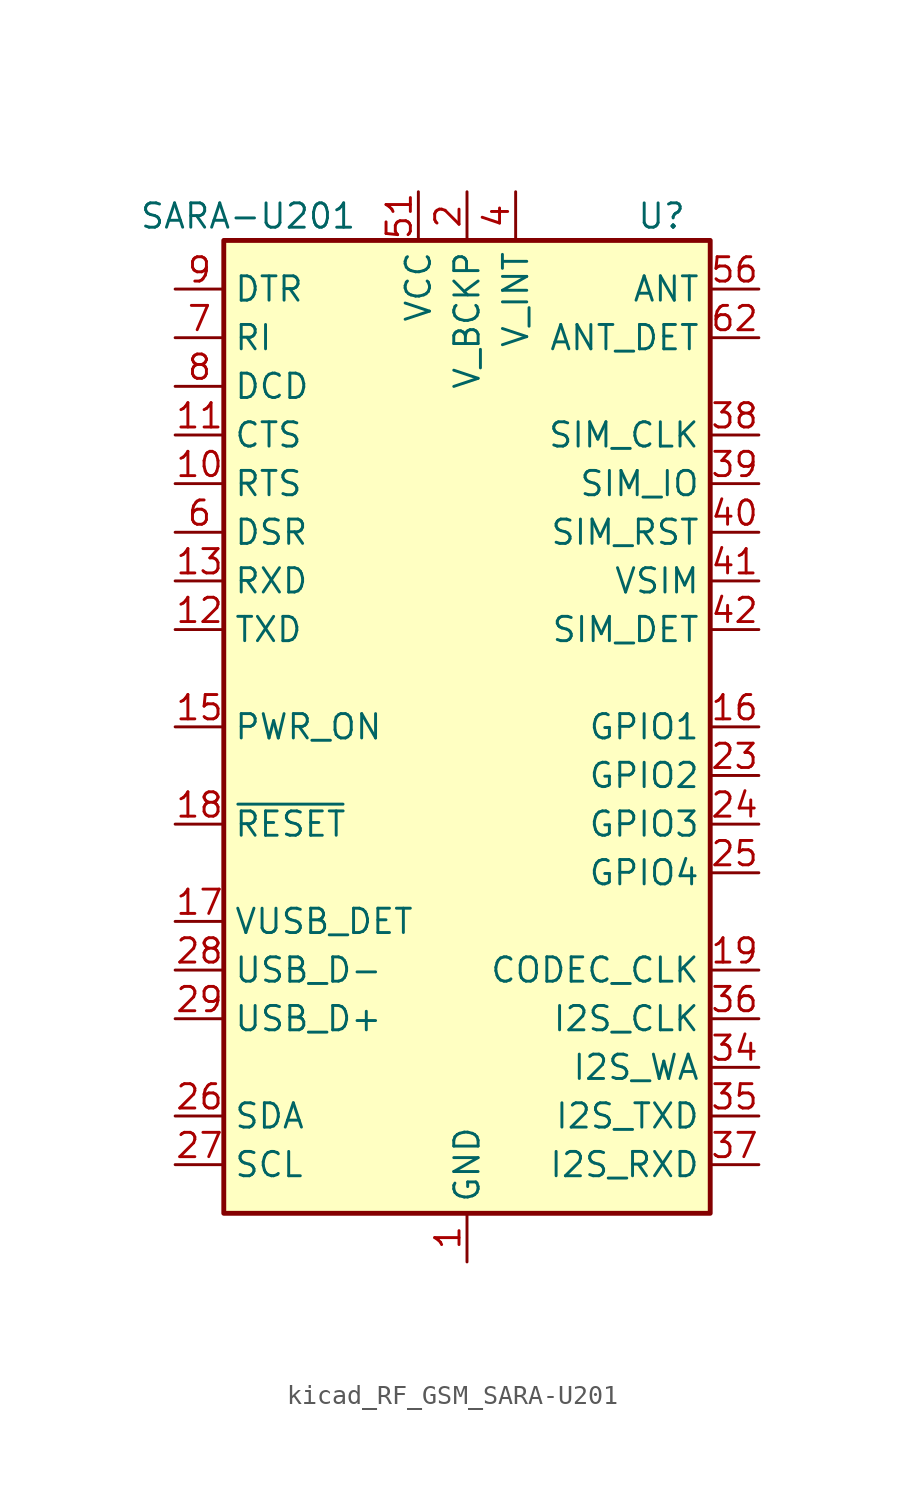
<source format=kicad_sym>
(kicad_symbol_lib
  (version 20220914)
  (generator kicad_symbol_editor)
  (symbol "kicad_RF_GSM_SARA-U201"
    (property "Reference" "U"
      (at 10.16 26.67 0)
      (effects (font (size 1.27 1.27))))
    (property "Value" "SARA-U201"
      (at -11.43 26.67 0)
      (effects (font (size 1.27 1.27))))
    (symbol "kicad_RF_GSM_SARA-U201_0_1"
      (rectangle (start -12.7 25.4) (end 12.7 -25.4) (stroke (width 0.254) (type default)) (fill (type background))))
    (symbol "kicad_RF_GSM_SARA-U201_1_1"
      (pin power_in line (at 0 -27.94 90) (length 2.54) (name "GND" (effects (font (size 1.27 1.27)))) (number "1" (effects (font (size 1.27 1.27)))))
      (pin input line (at -15.24 12.7 0) (length 2.54) (name "RTS" (effects (font (size 1.27 1.27)))) (number "10" (effects (font (size 1.27 1.27)))))
      (pin output line (at -15.24 15.24 0) (length 2.54) (name "CTS" (effects (font (size 1.27 1.27)))) (number "11" (effects (font (size 1.27 1.27)))))
      (pin input line (at -15.24 5.08 0) (length 2.54) (name "TXD" (effects (font (size 1.27 1.27)))) (number "12" (effects (font (size 1.27 1.27)))))
      (pin output line (at -15.24 7.62 0) (length 2.54) (name "RXD" (effects (font (size 1.27 1.27)))) (number "13" (effects (font (size 1.27 1.27)))))
      (pin passive line (at 0 -27.94 90) (length 2.54) hide (name "GND" (effects (font (size 1.27 1.27)))) (number "14" (effects (font (size 1.27 1.27)))))
      (pin input line (at -15.24 0 0) (length 2.54) (name "PWR_ON" (effects (font (size 1.27 1.27)))) (number "15" (effects (font (size 1.27 1.27)))))
      (pin bidirectional line (at 15.24 0 180) (length 2.54) (name "GPIO1" (effects (font (size 1.27 1.27)))) (number "16" (effects (font (size 1.27 1.27)))))
      (pin input line (at -15.24 -10.16 0) (length 2.54) (name "VUSB_DET" (effects (font (size 1.27 1.27)))) (number "17" (effects (font (size 1.27 1.27)))))
      (pin input line (at -15.24 -5.08 0) (length 2.54) (name "~{RESET}" (effects (font (size 1.27 1.27)))) (number "18" (effects (font (size 1.27 1.27)))))
      (pin output line (at 15.24 -12.7 180) (length 2.54) (name "CODEC_CLK" (effects (font (size 1.27 1.27)))) (number "19" (effects (font (size 1.27 1.27)))))
      (pin power_out line (at 0 27.94 270) (length 2.54) (name "V_BCKP" (effects (font (size 1.27 1.27)))) (number "2" (effects (font (size 1.27 1.27)))))
      (pin passive line (at 0 -27.94 90) (length 2.54) hide (name "GND" (effects (font (size 1.27 1.27)))) (number "20" (effects (font (size 1.27 1.27)))))
      (pin passive line (at 0 -27.94 90) (length 2.54) hide (name "GND" (effects (font (size 1.27 1.27)))) (number "21" (effects (font (size 1.27 1.27)))))
      (pin passive line (at 0 -27.94 90) (length 2.54) hide (name "GND" (effects (font (size 1.27 1.27)))) (number "22" (effects (font (size 1.27 1.27)))))
      (pin bidirectional line (at 15.24 -2.54 180) (length 2.54) (name "GPIO2" (effects (font (size 1.27 1.27)))) (number "23" (effects (font (size 1.27 1.27)))))
      (pin bidirectional line (at 15.24 -5.08 180) (length 2.54) (name "GPIO3" (effects (font (size 1.27 1.27)))) (number "24" (effects (font (size 1.27 1.27)))))
      (pin bidirectional line (at 15.24 -7.62 180) (length 2.54) (name "GPIO4" (effects (font (size 1.27 1.27)))) (number "25" (effects (font (size 1.27 1.27)))))
      (pin bidirectional line (at -15.24 -20.32 0) (length 2.54) (name "SDA" (effects (font (size 1.27 1.27)))) (number "26" (effects (font (size 1.27 1.27)))))
      (pin output line (at -15.24 -22.86 0) (length 2.54) (name "SCL" (effects (font (size 1.27 1.27)))) (number "27" (effects (font (size 1.27 1.27)))))
      (pin bidirectional line (at -15.24 -12.7 0) (length 2.54) (name "USB_D-" (effects (font (size 1.27 1.27)))) (number "28" (effects (font (size 1.27 1.27)))))
      (pin bidirectional line (at -15.24 -15.24 0) (length 2.54) (name "USB_D+" (effects (font (size 1.27 1.27)))) (number "29" (effects (font (size 1.27 1.27)))))
      (pin passive line (at 0 -27.94 90) (length 2.54) hide (name "GND" (effects (font (size 1.27 1.27)))) (number "3" (effects (font (size 1.27 1.27)))))
      (pin passive line (at 0 -27.94 90) (length 2.54) hide (name "GND" (effects (font (size 1.27 1.27)))) (number "30" (effects (font (size 1.27 1.27)))))
      (pin no_connect line (at -12.7 2.54 0) (length 2.54) hide (name "RSVD" (effects (font (size 1.27 1.27)))) (number "31" (effects (font (size 1.27 1.27)))))
      (pin passive line (at 0 -27.94 90) (length 2.54) hide (name "GND" (effects (font (size 1.27 1.27)))) (number "32" (effects (font (size 1.27 1.27)))))
      (pin no_connect line (at -12.7 -2.54 0) (length 2.54) hide (name "RSVD" (effects (font (size 1.27 1.27)))) (number "33" (effects (font (size 1.27 1.27)))))
      (pin bidirectional line (at 15.24 -17.78 180) (length 2.54) (name "I2S_WA" (effects (font (size 1.27 1.27)))) (number "34" (effects (font (size 1.27 1.27)))))
      (pin output line (at 15.24 -20.32 180) (length 2.54) (name "I2S_TXD" (effects (font (size 1.27 1.27)))) (number "35" (effects (font (size 1.27 1.27)))))
      (pin output line (at 15.24 -15.24 180) (length 2.54) (name "I2S_CLK" (effects (font (size 1.27 1.27)))) (number "36" (effects (font (size 1.27 1.27)))))
      (pin input line (at 15.24 -22.86 180) (length 2.54) (name "I2S_RXD" (effects (font (size 1.27 1.27)))) (number "37" (effects (font (size 1.27 1.27)))))
      (pin output line (at 15.24 15.24 180) (length 2.54) (name "SIM_CLK" (effects (font (size 1.27 1.27)))) (number "38" (effects (font (size 1.27 1.27)))))
      (pin bidirectional line (at 15.24 12.7 180) (length 2.54) (name "SIM_IO" (effects (font (size 1.27 1.27)))) (number "39" (effects (font (size 1.27 1.27)))))
      (pin power_out line (at 2.54 27.94 270) (length 2.54) (name "V_INT" (effects (font (size 1.27 1.27)))) (number "4" (effects (font (size 1.27 1.27)))))
      (pin output line (at 15.24 10.16 180) (length 2.54) (name "SIM_RST" (effects (font (size 1.27 1.27)))) (number "40" (effects (font (size 1.27 1.27)))))
      (pin power_out line (at 15.24 7.62 180) (length 2.54) (name "VSIM" (effects (font (size 1.27 1.27)))) (number "41" (effects (font (size 1.27 1.27)))))
      (pin input line (at 15.24 5.08 180) (length 2.54) (name "SIM_DET" (effects (font (size 1.27 1.27)))) (number "42" (effects (font (size 1.27 1.27)))))
      (pin passive line (at 0 -27.94 90) (length 2.54) hide (name "GND" (effects (font (size 1.27 1.27)))) (number "43" (effects (font (size 1.27 1.27)))))
      (pin no_connect line (at -12.7 -7.62 0) (length 2.54) hide (name "RSVD" (effects (font (size 1.27 1.27)))) (number "44" (effects (font (size 1.27 1.27)))))
      (pin no_connect line (at -12.7 -17.78 0) (length 2.54) hide (name "RSVD" (effects (font (size 1.27 1.27)))) (number "45" (effects (font (size 1.27 1.27)))))
      (pin no_connect line (at -2.54 -25.4 90) (length 2.54) hide (name "RSVD" (effects (font (size 1.27 1.27)))) (number "46" (effects (font (size 1.27 1.27)))))
      (pin no_connect line (at 12.7 -10.16 180) (length 2.54) hide (name "RSVD" (effects (font (size 1.27 1.27)))) (number "47" (effects (font (size 1.27 1.27)))))
      (pin no_connect line (at 12.7 2.54 180) (length 2.54) hide (name "RSVD" (effects (font (size 1.27 1.27)))) (number "48" (effects (font (size 1.27 1.27)))))
      (pin no_connect line (at 12.7 17.78 180) (length 2.54) hide (name "RSVD" (effects (font (size 1.27 1.27)))) (number "49" (effects (font (size 1.27 1.27)))))
      (pin passive line (at 0 -27.94 90) (length 2.54) hide (name "GND" (effects (font (size 1.27 1.27)))) (number "5" (effects (font (size 1.27 1.27)))))
      (pin passive line (at 0 -27.94 90) (length 2.54) hide (name "GND" (effects (font (size 1.27 1.27)))) (number "50" (effects (font (size 1.27 1.27)))))
      (pin power_in line (at -2.54 27.94 270) (length 2.54) (name "VCC" (effects (font (size 1.27 1.27)))) (number "51" (effects (font (size 1.27 1.27)))))
      (pin passive line (at -2.54 27.94 270) (length 2.54) hide (name "VCC" (effects (font (size 1.27 1.27)))) (number "52" (effects (font (size 1.27 1.27)))))
      (pin passive line (at -2.54 27.94 270) (length 2.54) hide (name "VCC" (effects (font (size 1.27 1.27)))) (number "53" (effects (font (size 1.27 1.27)))))
      (pin passive line (at 0 -27.94 90) (length 2.54) hide (name "GND" (effects (font (size 1.27 1.27)))) (number "54" (effects (font (size 1.27 1.27)))))
      (pin passive line (at 0 -27.94 90) (length 2.54) hide (name "GND" (effects (font (size 1.27 1.27)))) (number "55" (effects (font (size 1.27 1.27)))))
      (pin passive line (at 15.24 22.86 180) (length 2.54) (name "ANT" (effects (font (size 1.27 1.27)))) (number "56" (effects (font (size 1.27 1.27)))))
      (pin passive line (at 0 -27.94 90) (length 2.54) hide (name "GND" (effects (font (size 1.27 1.27)))) (number "57" (effects (font (size 1.27 1.27)))))
      (pin passive line (at 0 -27.94 90) (length 2.54) hide (name "GND" (effects (font (size 1.27 1.27)))) (number "58" (effects (font (size 1.27 1.27)))))
      (pin passive line (at 0 -27.94 90) (length 2.54) hide (name "GND" (effects (font (size 1.27 1.27)))) (number "59" (effects (font (size 1.27 1.27)))))
      (pin output line (at -15.24 10.16 0) (length 2.54) (name "DSR" (effects (font (size 1.27 1.27)))) (number "6" (effects (font (size 1.27 1.27)))))
      (pin passive line (at 0 -27.94 90) (length 2.54) hide (name "GND" (effects (font (size 1.27 1.27)))) (number "60" (effects (font (size 1.27 1.27)))))
      (pin passive line (at 0 -27.94 90) (length 2.54) hide (name "GND" (effects (font (size 1.27 1.27)))) (number "61" (effects (font (size 1.27 1.27)))))
      (pin input line (at 15.24 20.32 180) (length 2.54) (name "ANT_DET" (effects (font (size 1.27 1.27)))) (number "62" (effects (font (size 1.27 1.27)))))
      (pin passive line (at 0 -27.94 90) (length 2.54) hide (name "GND" (effects (font (size 1.27 1.27)))) (number "63" (effects (font (size 1.27 1.27)))))
      (pin passive line (at 0 -27.94 90) (length 2.54) hide (name "GND" (effects (font (size 1.27 1.27)))) (number "64" (effects (font (size 1.27 1.27)))))
      (pin passive line (at 0 -27.94 90) (length 2.54) hide (name "GND" (effects (font (size 1.27 1.27)))) (number "65" (effects (font (size 1.27 1.27)))))
      (pin passive line (at 0 -27.94 90) (length 2.54) hide (name "GND" (effects (font (size 1.27 1.27)))) (number "66" (effects (font (size 1.27 1.27)))))
      (pin passive line (at 0 -27.94 90) (length 2.54) hide (name "GND" (effects (font (size 1.27 1.27)))) (number "67" (effects (font (size 1.27 1.27)))))
      (pin passive line (at 0 -27.94 90) (length 2.54) hide (name "GND" (effects (font (size 1.27 1.27)))) (number "68" (effects (font (size 1.27 1.27)))))
      (pin passive line (at 0 -27.94 90) (length 2.54) hide (name "GND" (effects (font (size 1.27 1.27)))) (number "69" (effects (font (size 1.27 1.27)))))
      (pin output line (at -15.24 20.32 0) (length 2.54) (name "RI" (effects (font (size 1.27 1.27)))) (number "7" (effects (font (size 1.27 1.27)))))
      (pin passive line (at 0 -27.94 90) (length 2.54) hide (name "GND" (effects (font (size 1.27 1.27)))) (number "70" (effects (font (size 1.27 1.27)))))
      (pin passive line (at 0 -27.94 90) (length 2.54) hide (name "GND" (effects (font (size 1.27 1.27)))) (number "71" (effects (font (size 1.27 1.27)))))
      (pin passive line (at 0 -27.94 90) (length 2.54) hide (name "GND" (effects (font (size 1.27 1.27)))) (number "72" (effects (font (size 1.27 1.27)))))
      (pin passive line (at 0 -27.94 90) (length 2.54) hide (name "GND" (effects (font (size 1.27 1.27)))) (number "73" (effects (font (size 1.27 1.27)))))
      (pin passive line (at 0 -27.94 90) (length 2.54) hide (name "GND" (effects (font (size 1.27 1.27)))) (number "74" (effects (font (size 1.27 1.27)))))
      (pin passive line (at 0 -27.94 90) (length 2.54) hide (name "GND" (effects (font (size 1.27 1.27)))) (number "75" (effects (font (size 1.27 1.27)))))
      (pin passive line (at 0 -27.94 90) (length 2.54) hide (name "GND" (effects (font (size 1.27 1.27)))) (number "76" (effects (font (size 1.27 1.27)))))
      (pin passive line (at 0 -27.94 90) (length 2.54) hide (name "GND" (effects (font (size 1.27 1.27)))) (number "77" (effects (font (size 1.27 1.27)))))
      (pin passive line (at 0 -27.94 90) (length 2.54) hide (name "GND" (effects (font (size 1.27 1.27)))) (number "78" (effects (font (size 1.27 1.27)))))
      (pin passive line (at 0 -27.94 90) (length 2.54) hide (name "GND" (effects (font (size 1.27 1.27)))) (number "79" (effects (font (size 1.27 1.27)))))
      (pin output line (at -15.24 17.78 0) (length 2.54) (name "DCD" (effects (font (size 1.27 1.27)))) (number "8" (effects (font (size 1.27 1.27)))))
      (pin passive line (at 0 -27.94 90) (length 2.54) hide (name "GND" (effects (font (size 1.27 1.27)))) (number "80" (effects (font (size 1.27 1.27)))))
      (pin passive line (at 0 -27.94 90) (length 2.54) hide (name "GND" (effects (font (size 1.27 1.27)))) (number "81" (effects (font (size 1.27 1.27)))))
      (pin passive line (at 0 -27.94 90) (length 2.54) hide (name "GND" (effects (font (size 1.27 1.27)))) (number "82" (effects (font (size 1.27 1.27)))))
      (pin passive line (at 0 -27.94 90) (length 2.54) hide (name "GND" (effects (font (size 1.27 1.27)))) (number "83" (effects (font (size 1.27 1.27)))))
      (pin passive line (at 0 -27.94 90) (length 2.54) hide (name "GND" (effects (font (size 1.27 1.27)))) (number "84" (effects (font (size 1.27 1.27)))))
      (pin passive line (at 0 -27.94 90) (length 2.54) hide (name "GND" (effects (font (size 1.27 1.27)))) (number "85" (effects (font (size 1.27 1.27)))))
      (pin passive line (at 0 -27.94 90) (length 2.54) hide (name "GND" (effects (font (size 1.27 1.27)))) (number "86" (effects (font (size 1.27 1.27)))))
      (pin passive line (at 0 -27.94 90) (length 2.54) hide (name "GND" (effects (font (size 1.27 1.27)))) (number "87" (effects (font (size 1.27 1.27)))))
      (pin passive line (at 0 -27.94 90) (length 2.54) hide (name "GND" (effects (font (size 1.27 1.27)))) (number "88" (effects (font (size 1.27 1.27)))))
      (pin passive line (at 0 -27.94 90) (length 2.54) hide (name "GND" (effects (font (size 1.27 1.27)))) (number "89" (effects (font (size 1.27 1.27)))))
      (pin input line (at -15.24 22.86 0) (length 2.54) (name "DTR" (effects (font (size 1.27 1.27)))) (number "9" (effects (font (size 1.27 1.27)))))
      (pin passive line (at 0 -27.94 90) (length 2.54) hide (name "GND" (effects (font (size 1.27 1.27)))) (number "90" (effects (font (size 1.27 1.27)))))
      (pin passive line (at 0 -27.94 90) (length 2.54) hide (name "GND" (effects (font (size 1.27 1.27)))) (number "91" (effects (font (size 1.27 1.27)))))
      (pin passive line (at 0 -27.94 90) (length 2.54) hide (name "GND" (effects (font (size 1.27 1.27)))) (number "92" (effects (font (size 1.27 1.27)))))
      (pin passive line (at 0 -27.94 90) (length 2.54) hide (name "GND" (effects (font (size 1.27 1.27)))) (number "93" (effects (font (size 1.27 1.27)))))
      (pin passive line (at 0 -27.94 90) (length 2.54) hide (name "GND" (effects (font (size 1.27 1.27)))) (number "94" (effects (font (size 1.27 1.27)))))
      (pin passive line (at 0 -27.94 90) (length 2.54) hide (name "GND" (effects (font (size 1.27 1.27)))) (number "95" (effects (font (size 1.27 1.27)))))
      (pin passive line (at 0 -27.94 90) (length 2.54) hide (name "GND" (effects (font (size 1.27 1.27)))) (number "96" (effects (font (size 1.27 1.27))))))))
</source>
